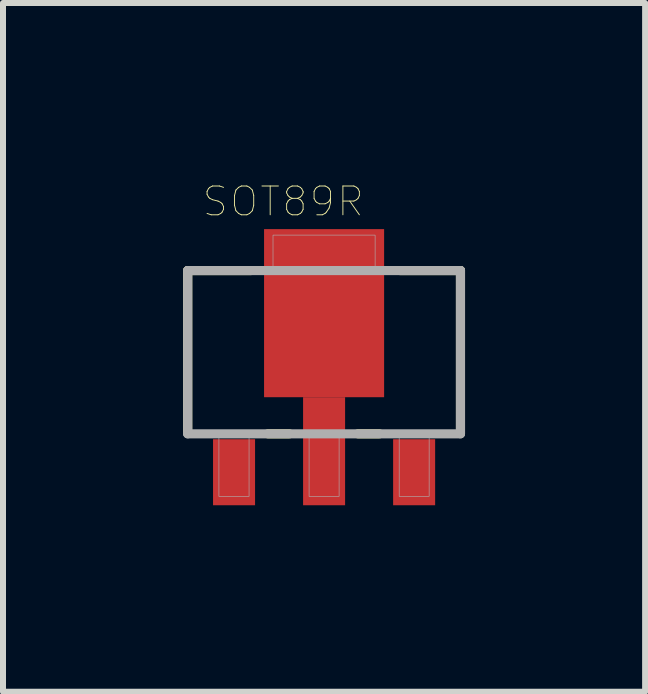
<source format=kicad_pcb>
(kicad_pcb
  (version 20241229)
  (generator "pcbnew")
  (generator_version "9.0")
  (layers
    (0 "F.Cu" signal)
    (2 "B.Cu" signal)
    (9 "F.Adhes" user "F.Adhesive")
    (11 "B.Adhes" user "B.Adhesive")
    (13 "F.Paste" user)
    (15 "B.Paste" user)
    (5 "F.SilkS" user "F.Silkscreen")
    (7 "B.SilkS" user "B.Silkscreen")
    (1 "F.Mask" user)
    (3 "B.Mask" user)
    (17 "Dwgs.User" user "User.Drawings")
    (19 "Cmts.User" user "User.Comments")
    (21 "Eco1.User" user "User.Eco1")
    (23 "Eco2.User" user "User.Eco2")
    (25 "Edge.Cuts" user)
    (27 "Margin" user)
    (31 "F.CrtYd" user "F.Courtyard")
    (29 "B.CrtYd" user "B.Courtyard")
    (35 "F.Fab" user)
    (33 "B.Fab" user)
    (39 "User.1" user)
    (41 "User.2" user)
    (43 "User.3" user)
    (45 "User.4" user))
  (footprint "SOT89R"
    (layer "F.Cu")
    (at 2.349 3.067)
    (property "Reference" "SOT89R" (at -0.681 -2.76 0) (layer "F.SilkS") (effects (font (size 0.48 0.48) (thickness 0.015))))
    (attr through_hole)
    (fp_poly (pts (xy -0.45 1.1) (xy 0.45 1.1) (xy 0.45 2.401) (xy -0.45 2.401)) (stroke (width 0.01) (type solid)) (fill yes) (layer "F.Mask"))
    (fp_line (start -2.272 -1.61) (end -1.214 -1.61) (stroke (width 0.152) (type solid)) (layer "F.SilkS"))
    (fp_line (start -2.272 1.102) (end -2.272 -1.61) (stroke (width 0.152) (type solid)) (layer "F.SilkS"))
    (fp_line (start -0.578 1.11) (end -0.936 1.11) (stroke (width 0.152) (type solid)) (layer "F.SilkS"))
    (fp_line (start 0.922 1.11) (end 0.564 1.11) (stroke (width 0.152) (type solid)) (layer "F.SilkS"))
    (fp_line (start 1.264 -1.61) (end 2.272 -1.61) (stroke (width 0.152) (type solid)) (layer "F.SilkS"))
    (fp_line (start 2.272 -1.61) (end 2.272 1.102) (stroke (width 0.152) (type solid)) (layer "F.SilkS"))
    (fp_poly (pts (xy -0.35 1.2) (xy 0.35 1.2) (xy 0.35 2.301) (xy -0.35 2.301)) (stroke (width 0.01) (type solid)) (fill yes) (layer "F.Paste"))
    (fp_line (start -2.272 -1.61) (end 2.272 -1.61) (stroke (width 0.152) (type solid)) (layer "F.Fab"))
    (fp_line (start -2.272 1.11) (end -2.272 -1.61) (stroke (width 0.152) (type solid)) (layer "F.Fab"))
    (fp_line (start 2.272 -1.61) (end 2.272 1.11) (stroke (width 0.152) (type solid)) (layer "F.Fab"))
    (fp_line (start 2.272 1.11) (end -2.272 1.11) (stroke (width 0.152) (type solid)) (layer "F.Fab"))
    (fp_poly (pts (xy -1.752 1.15) (xy -1.25 1.15) (xy -1.25 2.153) (xy -1.752 2.153)) (stroke (width 0.01) (type solid)) (fill no) (layer "F.Fab"))
    (fp_poly (pts (xy -0.851 -2.2) (xy 0.85 -2.2) (xy 0.85 -1.652) (xy -0.851 -1.652)) (stroke (width 0.01) (type solid)) (fill no) (layer "F.Fab"))
    (fp_poly (pts (xy -0.25 1.15) (xy 0.25 1.15) (xy 0.25 2.153) (xy -0.25 2.153)) (stroke (width 0.01) (type solid)) (fill no) (layer "F.Fab"))
    (fp_poly (pts (xy 1.251 1.15) (xy 1.75 1.15) (xy 1.75 2.152) (xy 1.251 2.152)) (stroke (width 0.01) (type solid)) (fill no) (layer "F.Fab"))
    (pad "1" smd rect (at -1.5 1.75) (size 0.7 1.1) (layers "F.Cu" "F.Mask" "F.Paste"))
    (pad "2" smd rect (at 0 1.4) (size 0.7 1.8) (layers "F.Cu"))
    (pad "3" smd rect (at 1.5 1.75) (size 0.7 1.1) (layers "F.Cu" "F.Mask" "F.Paste"))
    (pad "4" smd rect (at 0 -0.9) (size 2 2.8) (layers "F.Cu" "F.Mask" "F.Paste")))
  (gr_rect
    (start -3 -3)
    (end 7.697 8.474)
    (stroke (width 0.1) (type default))
    (fill no)
    (layer "Edge.Cuts")))
</source>
